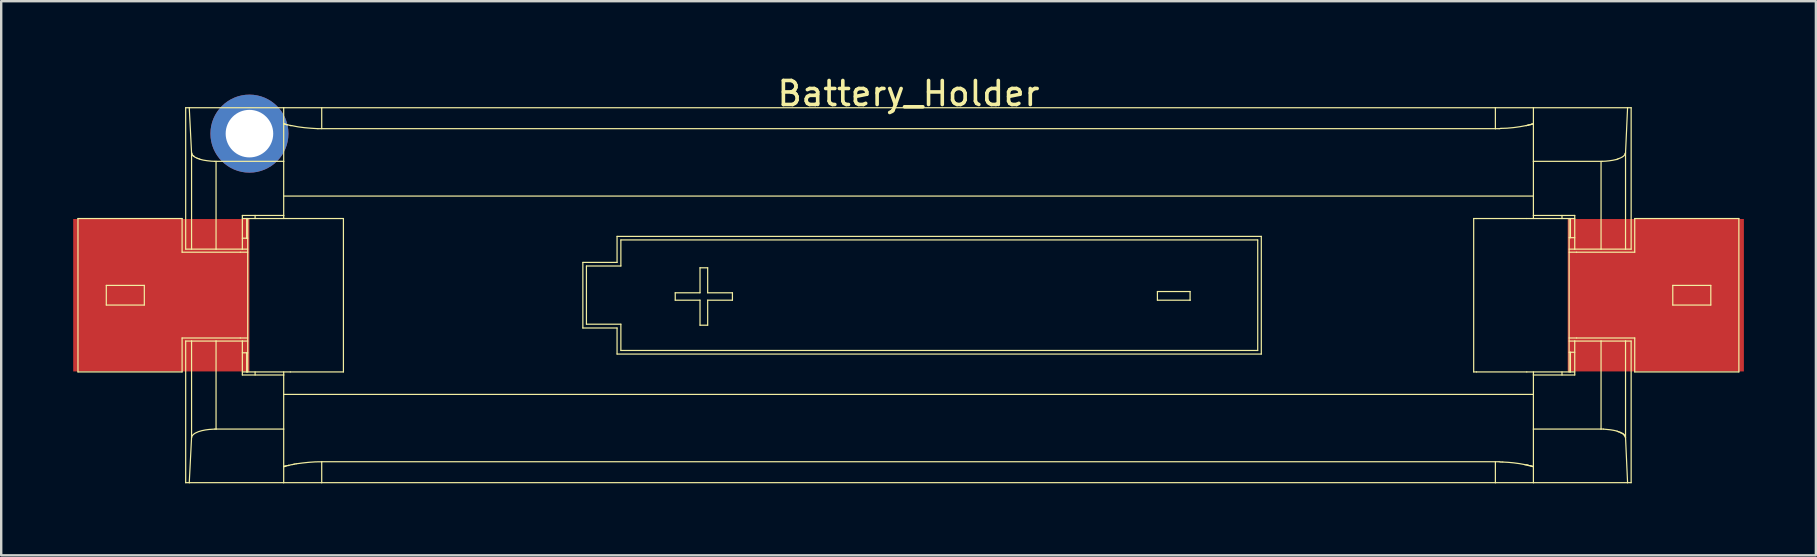
<source format=kicad_pcb>
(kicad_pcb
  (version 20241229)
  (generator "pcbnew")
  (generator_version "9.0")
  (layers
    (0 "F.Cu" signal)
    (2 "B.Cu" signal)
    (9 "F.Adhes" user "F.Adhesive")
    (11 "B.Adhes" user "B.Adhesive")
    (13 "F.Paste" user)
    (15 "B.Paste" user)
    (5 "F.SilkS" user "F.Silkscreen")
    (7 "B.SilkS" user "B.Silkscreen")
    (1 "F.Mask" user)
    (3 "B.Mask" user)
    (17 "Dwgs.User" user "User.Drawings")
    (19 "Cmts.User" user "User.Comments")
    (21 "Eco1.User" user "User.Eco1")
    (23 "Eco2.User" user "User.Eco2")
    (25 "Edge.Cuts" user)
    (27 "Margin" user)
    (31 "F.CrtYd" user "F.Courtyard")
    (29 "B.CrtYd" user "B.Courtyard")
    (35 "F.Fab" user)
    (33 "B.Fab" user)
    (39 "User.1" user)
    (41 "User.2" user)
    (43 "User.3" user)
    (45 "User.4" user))
  (footprint "Battery_Holder"
    (layer "F.Cu")
    (at 34.798 9.248)
    (property "Reference" "Battery_Holder" (at 0 -8.4 0) (layer "F.SilkS") (effects (font (size 1 1) (thickness 0.15))))
    (attr through_hole)
    (fp_line (start -34.6 3.195) (end -30.262 3.195) (stroke (width 0.05) (type solid)) (layer "F.SilkS"))
    (fp_line (start -34.6 -3.195) (end -34.6 3.195) (stroke (width 0.05) (type solid)) (layer "F.SilkS"))
    (fp_line (start -33.42 -0.409) (end -31.836 -0.409) (stroke (width 0.05) (type solid)) (layer "F.SilkS"))
    (fp_line (start -33.42 0.409) (end -33.42 -0.409) (stroke (width 0.05) (type solid)) (layer "F.SilkS"))
    (fp_line (start -31.836 -0.409) (end -31.836 0.409) (stroke (width 0.05) (type solid)) (layer "F.SilkS"))
    (fp_line (start -31.836 0.409) (end -33.42 0.409) (stroke (width 0.05) (type solid)) (layer "F.SilkS"))
    (fp_line (start -30.262 -3.195) (end -34.6 -3.195) (stroke (width 0.05) (type solid)) (layer "F.SilkS"))
    (fp_line (start -30.262 -3.195) (end -30.262 -1.792) (stroke (width 0.05) (type solid)) (layer "F.SilkS"))
    (fp_line (start -30.262 -1.792) (end -27.837 -1.792) (stroke (width 0.05) (type solid)) (layer "F.SilkS"))
    (fp_line (start -30.262 1.781) (end -27.837 1.781) (stroke (width 0.05) (type solid)) (layer "F.SilkS"))
    (fp_line (start -30.262 3.195) (end -30.262 1.781) (stroke (width 0.05) (type solid)) (layer "F.SilkS"))
    (fp_line (start -30.113 -7.81) (end -30.113 -1.919) (stroke (width 0.05) (type solid)) (layer "F.SilkS"))
    (fp_line (start -30.113 -1.919) (end -29.868 -1.919) (stroke (width 0.05) (type solid)) (layer "F.SilkS"))
    (fp_line (start -30.113 7.81) (end -29.964 7.81) (stroke (width 0.05) (type solid)) (layer "F.SilkS"))
    (fp_line (start -30.113 1.909) (end -30.113 7.81) (stroke (width 0.05) (type solid)) (layer "F.SilkS"))
    (fp_line (start -29.964 -7.81) (end -30.113 -7.81) (stroke (width 0.05) (type solid)) (layer "F.SilkS"))
    (fp_line (start -29.964 -7.81) (end -29.868 -5.928) (stroke (width 0.05) (type solid)) (layer "F.SilkS"))
    (fp_line (start -29.964 -7.81) (end -26.03 -7.81) (stroke (width 0.05) (type solid)) (layer "F.SilkS"))
    (fp_line (start -29.964 7.81) (end -26.03 7.81) (stroke (width 0.05) (type solid)) (layer "F.SilkS"))
    (fp_line (start -29.868 -5.928) (end -29.868 -5.907) (stroke (width 0.05) (type solid)) (layer "F.SilkS"))
    (fp_line (start -29.868 -5.907) (end -29.858 -5.896) (stroke (width 0.05) (type solid)) (layer "F.SilkS"))
    (fp_line (start -29.868 -1.919) (end -29.868 -5.928) (stroke (width 0.05) (type solid)) (layer "F.SilkS"))
    (fp_line (start -29.868 1.909) (end -28.848 1.909) (stroke (width 0.05) (type solid)) (layer "F.SilkS"))
    (fp_line (start -29.868 5.907) (end -29.868 5.928) (stroke (width 0.05) (type solid)) (layer "F.SilkS"))
    (fp_line (start -29.868 5.928) (end -29.964 7.81) (stroke (width 0.05) (type solid)) (layer "F.SilkS"))
    (fp_line (start -29.868 5.928) (end -29.868 1.909) (stroke (width 0.05) (type solid)) (layer "F.SilkS"))
    (fp_line (start -29.868 1.909) (end -30.113 1.909) (stroke (width 0.05) (type solid)) (layer "F.SilkS"))
    (fp_line (start -29.858 -5.896) (end -29.826 -5.832) (stroke (width 0.05) (type solid)) (layer "F.SilkS"))
    (fp_line (start -29.826 -5.832) (end -29.794 -5.8) (stroke (width 0.05) (type solid)) (layer "F.SilkS"))
    (fp_line (start -29.794 -5.8) (end -29.773 -5.79) (stroke (width 0.05) (type solid)) (layer "F.SilkS"))
    (fp_line (start -29.634 -5.705) (end -29.603 -5.694) (stroke (width 0.05) (type solid)) (layer "F.SilkS"))
    (fp_line (start -29.603 -5.694) (end -29.56 -5.683) (stroke (width 0.05) (type solid)) (layer "F.SilkS"))
    (fp_line (start -29.56 -5.683) (end -29.517 -5.662) (stroke (width 0.05) (type solid)) (layer "F.SilkS"))
    (fp_line (start -28.901 -5.577) (end -26.03 -5.577) (stroke (width 0.05) (type solid)) (layer "F.SilkS"))
    (fp_line (start -28.848 -5.577) (end -28.848 -1.919) (stroke (width 0.05) (type solid)) (layer "F.SilkS"))
    (fp_line (start -28.848 -1.919) (end -29.868 -1.919) (stroke (width 0.05) (type solid)) (layer "F.SilkS"))
    (fp_line (start -28.848 1.909) (end -27.752 1.909) (stroke (width 0.05) (type solid)) (layer "F.SilkS"))
    (fp_line (start -28.848 5.577) (end -26.03 5.577) (stroke (width 0.05) (type solid)) (layer "F.SilkS"))
    (fp_line (start -28.848 -1.919) (end -27.752 -1.919) (stroke (width 0.05) (type solid)) (layer "F.SilkS"))
    (fp_line (start -28.848 1.909) (end -28.848 5.577) (stroke (width 0.05) (type solid)) (layer "F.SilkS"))
    (fp_line (start -28.848 5.577) (end -28.901 5.577) (stroke (width 0.05) (type solid)) (layer "F.SilkS"))
    (fp_line (start -27.837 -1.792) (end -27.529 -1.792) (stroke (width 0.05) (type solid)) (layer "F.SilkS"))
    (fp_line (start -27.752 -3.323) (end -26.03 -3.323) (stroke (width 0.05) (type solid)) (layer "F.SilkS"))
    (fp_line (start -27.752 -1.919) (end -27.752 -3.323) (stroke (width 0.05) (type solid)) (layer "F.SilkS"))
    (fp_line (start -27.752 1.909) (end -27.752 3.323) (stroke (width 0.05) (type solid)) (layer "F.SilkS"))
    (fp_line (start -27.752 3.323) (end -26.03 3.323) (stroke (width 0.05) (type solid)) (layer "F.SilkS"))
    (fp_line (start -27.752 -1.919) (end -27.529 -1.919) (stroke (width 0.05) (type solid)) (layer "F.SilkS"))
    (fp_line (start -27.752 3.195) (end -27.572 3.195) (stroke (width 0.05) (type solid)) (layer "F.SilkS"))
    (fp_line (start -27.572 -3.195) (end -27.752 -3.195) (stroke (width 0.05) (type solid)) (layer "F.SilkS"))
    (fp_line (start -27.572 -3.195) (end -27.572 -2.376) (stroke (width 0.05) (type solid)) (layer "F.SilkS"))
    (fp_line (start -27.572 -2.376) (end -27.752 -2.376) (stroke (width 0.05) (type solid)) (layer "F.SilkS"))
    (fp_line (start -27.572 -2.376) (end -27.529 -2.376) (stroke (width 0.05) (type solid)) (layer "F.SilkS"))
    (fp_line (start -27.572 2.398) (end -27.752 2.398) (stroke (width 0.05) (type solid)) (layer "F.SilkS"))
    (fp_line (start -27.572 3.195) (end -27.572 2.398) (stroke (width 0.05) (type solid)) (layer "F.SilkS"))
    (fp_line (start -27.572 3.195) (end -27.529 3.195) (stroke (width 0.05) (type solid)) (layer "F.SilkS"))
    (fp_line (start -27.529 -3.195) (end -27.572 -3.195) (stroke (width 0.05) (type solid)) (layer "F.SilkS"))
    (fp_line (start -27.529 1.781) (end -27.837 1.781) (stroke (width 0.05) (type solid)) (layer "F.SilkS"))
    (fp_line (start -27.529 1.909) (end -27.752 1.909) (stroke (width 0.05) (type solid)) (layer "F.SilkS"))
    (fp_line (start -27.529 2.398) (end -27.572 2.398) (stroke (width 0.05) (type solid)) (layer "F.SilkS"))
    (fp_line (start -27.529 3.195) (end -27.529 -3.195) (stroke (width 0.05) (type solid)) (layer "F.SilkS"))
    (fp_line (start -27.221 -3.323) (end -27.221 -3.195) (stroke (width 0.05) (type solid)) (layer "F.SilkS"))
    (fp_line (start -27.221 3.323) (end -27.221 3.195) (stroke (width 0.05) (type solid)) (layer "F.SilkS"))
    (fp_line (start -26.03 5.577) (end -26.03 7.81) (stroke (width 0.05) (type solid)) (layer "F.SilkS"))
    (fp_line (start -26.03 -7.81) (end -26.03 -5.577) (stroke (width 0.05) (type solid)) (layer "F.SilkS"))
    (fp_line (start -26.03 -7.81) (end -24.446 -7.81) (stroke (width 0.05) (type solid)) (layer "F.SilkS"))
    (fp_line (start -26.03 -5.577) (end -26.03 -3.323) (stroke (width 0.05) (type solid)) (layer "F.SilkS"))
    (fp_line (start -26.03 -4.131) (end 26.03 -4.131) (stroke (width 0.05) (type solid)) (layer "F.SilkS"))
    (fp_line (start -26.03 -3.323) (end -26.03 -3.195) (stroke (width 0.05) (type solid)) (layer "F.SilkS"))
    (fp_line (start -26.03 3.195) (end -26.03 3.323) (stroke (width 0.05) (type solid)) (layer "F.SilkS"))
    (fp_line (start -26.03 3.323) (end -26.03 5.577) (stroke (width 0.05) (type solid)) (layer "F.SilkS"))
    (fp_line (start -26.03 4.131) (end 26.03 4.131) (stroke (width 0.05) (type solid)) (layer "F.SilkS"))
    (fp_line (start -26.03 7.14) (end -26.009 7.14) (stroke (width 0.05) (type solid)) (layer "F.SilkS"))
    (fp_line (start -26.009 -7.14) (end -26.03 -7.14) (stroke (width 0.05) (type solid)) (layer "F.SilkS"))
    (fp_line (start -26.009 7.14) (end -25.998 7.13) (stroke (width 0.05) (type solid)) (layer "F.SilkS"))
    (fp_line (start -25.998 -7.129) (end -26.009 -7.14) (stroke (width 0.05) (type solid)) (layer "F.SilkS"))
    (fp_line (start -25.998 7.13) (end -25.977 7.13) (stroke (width 0.05) (type solid)) (layer "F.SilkS"))
    (fp_line (start -25.977 -7.129) (end -25.998 -7.129) (stroke (width 0.05) (type solid)) (layer "F.SilkS"))
    (fp_line (start -25.977 7.119) (end -25.945 7.119) (stroke (width 0.05) (type solid)) (layer "F.SilkS"))
    (fp_line (start -25.977 7.13) (end -25.977 7.119) (stroke (width 0.05) (type solid)) (layer "F.SilkS"))
    (fp_line (start -25.966 -7.119) (end -25.977 -7.129) (stroke (width 0.05) (type solid)) (layer "F.SilkS"))
    (fp_line (start -25.945 -7.119) (end -25.966 -7.119) (stroke (width 0.05) (type solid)) (layer "F.SilkS"))
    (fp_line (start -25.945 7.119) (end -25.924 7.108) (stroke (width 0.05) (type solid)) (layer "F.SilkS"))
    (fp_line (start -25.924 -7.108) (end -25.945 -7.119) (stroke (width 0.05) (type solid)) (layer "F.SilkS"))
    (fp_line (start -25.902 -7.108) (end -25.924 -7.108) (stroke (width 0.05) (type solid)) (layer "F.SilkS"))
    (fp_line (start -25.881 -7.098) (end -25.902 -7.108) (stroke (width 0.05) (type solid)) (layer "F.SilkS"))
    (fp_line (start -25.849 7.098) (end -25.828 7.087) (stroke (width 0.05) (type solid)) (layer "F.SilkS"))
    (fp_line (start -25.828 7.087) (end -25.807 7.087) (stroke (width 0.05) (type solid)) (layer "F.SilkS"))
    (fp_line (start -25.753 3.195) (end -27.529 3.195) (stroke (width 0.05) (type solid)) (layer "F.SilkS"))
    (fp_line (start -25.743 -7.066) (end -25.764 -7.076) (stroke (width 0.05) (type solid)) (layer "F.SilkS"))
    (fp_line (start -25.7 -7.066) (end -25.743 -7.066) (stroke (width 0.05) (type solid)) (layer "F.SilkS"))
    (fp_line (start -25.668 7.055) (end -25.626 7.045) (stroke (width 0.05) (type solid)) (layer "F.SilkS"))
    (fp_line (start -25.626 7.045) (end -25.573 7.034) (stroke (width 0.05) (type solid)) (layer "F.SilkS"))
    (fp_line (start -25.573 7.034) (end -25.509 7.023) (stroke (width 0.05) (type solid)) (layer "F.SilkS"))
    (fp_line (start -24.446 -7.81) (end 24.446 -7.81) (stroke (width 0.05) (type solid)) (layer "F.SilkS"))
    (fp_line (start -24.446 6.938) (end -24.446 7.81) (stroke (width 0.05) (type solid)) (layer "F.SilkS"))
    (fp_line (start -24.446 7.81) (end -26.03 7.81) (stroke (width 0.05) (type solid)) (layer "F.SilkS"))
    (fp_line (start -24.446 7.81) (end 24.446 7.81) (stroke (width 0.05) (type solid)) (layer "F.SilkS"))
    (fp_line (start -24.446 -7.81) (end -24.446 -6.938) (stroke (width 0.05) (type solid)) (layer "F.SilkS"))
    (fp_line (start -24.446 6.938) (end 24.605 6.938) (stroke (width 0.05) (type solid)) (layer "F.SilkS"))
    (fp_line (start -23.659 -3.195) (end -27.529 -3.195) (stroke (width 0.05) (type solid)) (layer "F.SilkS"))
    (fp_line (start -23.659 -3.195) (end -23.542 -3.195) (stroke (width 0.05) (type solid)) (layer "F.SilkS"))
    (fp_line (start -23.542 3.195) (end -25.753 3.195) (stroke (width 0.05) (type solid)) (layer "F.SilkS"))
    (fp_line (start -23.542 3.195) (end -23.542 -3.195) (stroke (width 0.05) (type solid)) (layer "F.SilkS"))
    (fp_line (start -13.568 -1.366) (end -12.143 -1.366) (stroke (width 0.05) (type solid)) (layer "F.SilkS"))
    (fp_line (start -13.568 1.366) (end -13.568 -1.366) (stroke (width 0.05) (type solid)) (layer "F.SilkS"))
    (fp_line (start -13.419 -1.217) (end -13.419 1.207) (stroke (width 0.05) (type solid)) (layer "F.SilkS"))
    (fp_line (start -13.419 1.207) (end -11.984 1.207) (stroke (width 0.05) (type solid)) (layer "F.SilkS"))
    (fp_line (start -12.143 -2.451) (end 14.695 -2.451) (stroke (width 0.05) (type solid)) (layer "F.SilkS"))
    (fp_line (start -12.143 -1.366) (end -12.143 -2.451) (stroke (width 0.05) (type solid)) (layer "F.SilkS"))
    (fp_line (start -12.143 1.366) (end -13.568 1.366) (stroke (width 0.05) (type solid)) (layer "F.SilkS"))
    (fp_line (start -12.143 2.451) (end -12.143 1.366) (stroke (width 0.05) (type solid)) (layer "F.SilkS"))
    (fp_line (start -11.984 -2.302) (end 14.546 -2.302) (stroke (width 0.05) (type solid)) (layer "F.SilkS"))
    (fp_line (start -11.984 -1.217) (end -13.419 -1.217) (stroke (width 0.05) (type solid)) (layer "F.SilkS"))
    (fp_line (start -11.984 -1.217) (end -11.984 -2.302) (stroke (width 0.05) (type solid)) (layer "F.SilkS"))
    (fp_line (start -11.984 1.207) (end -11.984 2.302) (stroke (width 0.05) (type solid)) (layer "F.SilkS"))
    (fp_line (start -11.984 2.302) (end 14.546 2.302) (stroke (width 0.05) (type solid)) (layer "F.SilkS"))
    (fp_line (start -9.719 -0.101) (end -8.687 -0.101) (stroke (width 0.05) (type solid)) (layer "F.SilkS"))
    (fp_line (start -9.719 0.207) (end -9.719 -0.101) (stroke (width 0.05) (type solid)) (layer "F.SilkS"))
    (fp_line (start -8.687 -1.143) (end -8.368 -1.143) (stroke (width 0.05) (type solid)) (layer "F.SilkS"))
    (fp_line (start -8.687 -0.101) (end -8.687 -1.143) (stroke (width 0.05) (type solid)) (layer "F.SilkS"))
    (fp_line (start -8.687 0.207) (end -9.719 0.207) (stroke (width 0.05) (type solid)) (layer "F.SilkS"))
    (fp_line (start -8.687 1.249) (end -8.687 0.207) (stroke (width 0.05) (type solid)) (layer "F.SilkS"))
    (fp_line (start -8.368 -1.143) (end -8.368 -0.101) (stroke (width 0.05) (type solid)) (layer "F.SilkS"))
    (fp_line (start -8.368 -0.101) (end -7.337 -0.101) (stroke (width 0.05) (type solid)) (layer "F.SilkS"))
    (fp_line (start -8.368 0.207) (end -8.368 1.249) (stroke (width 0.05) (type solid)) (layer "F.SilkS"))
    (fp_line (start -8.368 1.249) (end -8.687 1.249) (stroke (width 0.05) (type solid)) (layer "F.SilkS"))
    (fp_line (start -7.337 -0.101) (end -7.337 0.207) (stroke (width 0.05) (type solid)) (layer "F.SilkS"))
    (fp_line (start -7.337 0.207) (end -8.368 0.207) (stroke (width 0.05) (type solid)) (layer "F.SilkS"))
    (fp_line (start 10.367 -0.154) (end 11.728 -0.154) (stroke (width 0.05) (type solid)) (layer "F.SilkS"))
    (fp_line (start 10.367 0.207) (end 10.367 -0.154) (stroke (width 0.05) (type solid)) (layer "F.SilkS"))
    (fp_line (start 11.728 -0.154) (end 11.728 0.207) (stroke (width 0.05) (type solid)) (layer "F.SilkS"))
    (fp_line (start 11.728 0.207) (end 10.367 0.207) (stroke (width 0.05) (type solid)) (layer "F.SilkS"))
    (fp_line (start 11.728 0.207) (end 11.728 0.207) (stroke (width 0.05) (type solid)) (layer "F.SilkS"))
    (fp_line (start 14.546 -2.302) (end 14.546 2.302) (stroke (width 0.05) (type solid)) (layer "F.SilkS"))
    (fp_line (start 14.695 -2.451) (end 14.695 2.451) (stroke (width 0.05) (type solid)) (layer "F.SilkS"))
    (fp_line (start 14.695 2.451) (end -12.143 2.451) (stroke (width 0.05) (type solid)) (layer "F.SilkS"))
    (fp_line (start 23.542 -3.195) (end 23.542 3.195) (stroke (width 0.05) (type solid)) (layer "F.SilkS"))
    (fp_line (start 23.659 -3.195) (end 23.542 -3.195) (stroke (width 0.05) (type solid)) (layer "F.SilkS"))
    (fp_line (start 23.659 3.195) (end 23.542 3.195) (stroke (width 0.05) (type solid)) (layer "F.SilkS"))
    (fp_line (start 24.446 -7.81) (end 26.03 -7.81) (stroke (width 0.05) (type solid)) (layer "F.SilkS"))
    (fp_line (start 24.446 -6.938) (end -24.605 -6.938) (stroke (width 0.05) (type solid)) (layer "F.SilkS"))
    (fp_line (start 24.446 -6.938) (end 24.446 -7.81) (stroke (width 0.05) (type solid)) (layer "F.SilkS"))
    (fp_line (start 24.446 7.81) (end 24.446 6.938) (stroke (width 0.05) (type solid)) (layer "F.SilkS"))
    (fp_line (start 24.605 6.938) (end 24.679 6.949) (stroke (width 0.05) (type solid)) (layer "F.SilkS"))
    (fp_line (start 24.605 -6.938) (end 24.446 -6.938) (stroke (width 0.05) (type solid)) (layer "F.SilkS"))
    (fp_line (start 24.679 6.949) (end 24.754 6.949) (stroke (width 0.05) (type solid)) (layer "F.SilkS"))
    (fp_line (start 24.679 -6.949) (end 24.605 -6.938) (stroke (width 0.05) (type solid)) (layer "F.SilkS"))
    (fp_line (start 25.668 7.055) (end 25.69 7.066) (stroke (width 0.05) (type solid)) (layer "F.SilkS"))
    (fp_line (start 25.69 7.066) (end 25.743 7.066) (stroke (width 0.05) (type solid)) (layer "F.SilkS"))
    (fp_line (start 25.743 7.066) (end 25.764 7.076) (stroke (width 0.05) (type solid)) (layer "F.SilkS"))
    (fp_line (start 25.743 -7.066) (end 25.721 -7.066) (stroke (width 0.05) (type solid)) (layer "F.SilkS"))
    (fp_line (start 25.753 -3.195) (end 23.659 -3.195) (stroke (width 0.05) (type solid)) (layer "F.SilkS"))
    (fp_line (start 25.753 -3.195) (end 27.518 -3.195) (stroke (width 0.05) (type solid)) (layer "F.SilkS"))
    (fp_line (start 25.753 3.195) (end 23.659 3.195) (stroke (width 0.05) (type solid)) (layer "F.SilkS"))
    (fp_line (start 25.753 3.195) (end 27.518 3.195) (stroke (width 0.05) (type solid)) (layer "F.SilkS"))
    (fp_line (start 25.764 7.076) (end 25.785 7.076) (stroke (width 0.05) (type solid)) (layer "F.SilkS"))
    (fp_line (start 25.764 -7.076) (end 25.743 -7.066) (stroke (width 0.05) (type solid)) (layer "F.SilkS"))
    (fp_line (start 25.785 7.076) (end 25.807 7.087) (stroke (width 0.05) (type solid)) (layer "F.SilkS"))
    (fp_line (start 25.785 -7.076) (end 25.764 -7.076) (stroke (width 0.05) (type solid)) (layer "F.SilkS"))
    (fp_line (start 25.807 7.087) (end 25.828 7.087) (stroke (width 0.05) (type solid)) (layer "F.SilkS"))
    (fp_line (start 25.807 -7.087) (end 25.785 -7.076) (stroke (width 0.05) (type solid)) (layer "F.SilkS"))
    (fp_line (start 25.828 7.087) (end 25.838 7.098) (stroke (width 0.05) (type solid)) (layer "F.SilkS"))
    (fp_line (start 25.828 -7.087) (end 25.807 -7.087) (stroke (width 0.05) (type solid)) (layer "F.SilkS"))
    (fp_line (start 25.838 7.098) (end 25.881 7.098) (stroke (width 0.05) (type solid)) (layer "F.SilkS"))
    (fp_line (start 25.849 -7.098) (end 25.828 -7.087) (stroke (width 0.05) (type solid)) (layer "F.SilkS"))
    (fp_line (start 25.881 7.098) (end 25.892 7.108) (stroke (width 0.05) (type solid)) (layer "F.SilkS"))
    (fp_line (start 25.881 -7.098) (end 25.849 -7.098) (stroke (width 0.05) (type solid)) (layer "F.SilkS"))
    (fp_line (start 25.892 7.108) (end 25.924 7.108) (stroke (width 0.05) (type solid)) (layer "F.SilkS"))
    (fp_line (start 25.892 -7.108) (end 25.881 -7.098) (stroke (width 0.05) (type solid)) (layer "F.SilkS"))
    (fp_line (start 25.924 7.108) (end 25.934 7.119) (stroke (width 0.05) (type solid)) (layer "F.SilkS"))
    (fp_line (start 25.924 -7.108) (end 25.892 -7.108) (stroke (width 0.05) (type solid)) (layer "F.SilkS"))
    (fp_line (start 25.934 7.119) (end 25.966 7.119) (stroke (width 0.05) (type solid)) (layer "F.SilkS"))
    (fp_line (start 25.934 -7.119) (end 25.924 -7.108) (stroke (width 0.05) (type solid)) (layer "F.SilkS"))
    (fp_line (start 25.955 -7.119) (end 25.934 -7.119) (stroke (width 0.05) (type solid)) (layer "F.SilkS"))
    (fp_line (start 25.966 7.119) (end 25.977 7.13) (stroke (width 0.05) (type solid)) (layer "F.SilkS"))
    (fp_line (start 25.966 -7.129) (end 25.955 -7.119) (stroke (width 0.05) (type solid)) (layer "F.SilkS"))
    (fp_line (start 25.977 7.13) (end 26.009 7.13) (stroke (width 0.05) (type solid)) (layer "F.SilkS"))
    (fp_line (start 25.987 -7.129) (end 25.966 -7.129) (stroke (width 0.05) (type solid)) (layer "F.SilkS"))
    (fp_line (start 26.009 7.13) (end 26.009 7.14) (stroke (width 0.05) (type solid)) (layer "F.SilkS"))
    (fp_line (start 26.009 7.14) (end 26.03 7.14) (stroke (width 0.05) (type solid)) (layer "F.SilkS"))
    (fp_line (start 26.009 -7.14) (end 25.987 -7.129) (stroke (width 0.05) (type solid)) (layer "F.SilkS"))
    (fp_line (start 26.03 -7.81) (end 26.03 -5.577) (stroke (width 0.05) (type solid)) (layer "F.SilkS"))
    (fp_line (start 26.03 7.81) (end 24.446 7.81) (stroke (width 0.05) (type solid)) (layer "F.SilkS"))
    (fp_line (start 26.03 -3.323) (end 26.03 -3.195) (stroke (width 0.05) (type solid)) (layer "F.SilkS"))
    (fp_line (start 26.03 3.195) (end 26.03 3.323) (stroke (width 0.05) (type solid)) (layer "F.SilkS"))
    (fp_line (start 26.03 3.323) (end 26.03 5.577) (stroke (width 0.05) (type solid)) (layer "F.SilkS"))
    (fp_line (start 26.03 5.577) (end 26.03 7.81) (stroke (width 0.05) (type solid)) (layer "F.SilkS"))
    (fp_line (start 26.03 -7.14) (end 26.009 -7.14) (stroke (width 0.05) (type solid)) (layer "F.SilkS"))
    (fp_line (start 26.03 -5.577) (end 26.03 -3.323) (stroke (width 0.05) (type solid)) (layer "F.SilkS"))
    (fp_line (start 26.03 -5.577) (end 28.901 -5.577) (stroke (width 0.05) (type solid)) (layer "F.SilkS"))
    (fp_line (start 26.03 -3.323) (end 27.752 -3.323) (stroke (width 0.05) (type solid)) (layer "F.SilkS"))
    (fp_line (start 27.221 -3.195) (end 27.221 -3.323) (stroke (width 0.05) (type solid)) (layer "F.SilkS"))
    (fp_line (start 27.221 3.323) (end 27.221 3.195) (stroke (width 0.05) (type solid)) (layer "F.SilkS"))
    (fp_line (start 27.518 -2.398) (end 27.572 -2.398) (stroke (width 0.05) (type solid)) (layer "F.SilkS"))
    (fp_line (start 27.518 -1.792) (end 27.827 -1.792) (stroke (width 0.05) (type solid)) (layer "F.SilkS"))
    (fp_line (start 27.518 3.195) (end 27.518 -3.195) (stroke (width 0.05) (type solid)) (layer "F.SilkS"))
    (fp_line (start 27.518 3.195) (end 27.572 3.195) (stroke (width 0.05) (type solid)) (layer "F.SilkS"))
    (fp_line (start 27.518 1.909) (end 27.752 1.909) (stroke (width 0.05) (type solid)) (layer "F.SilkS"))
    (fp_line (start 27.572 -3.195) (end 27.518 -3.195) (stroke (width 0.05) (type solid)) (layer "F.SilkS"))
    (fp_line (start 27.572 -3.195) (end 27.572 -2.398) (stroke (width 0.05) (type solid)) (layer "F.SilkS"))
    (fp_line (start 27.572 -2.398) (end 27.752 -2.398) (stroke (width 0.05) (type solid)) (layer "F.SilkS"))
    (fp_line (start 27.572 2.377) (end 27.518 2.377) (stroke (width 0.05) (type solid)) (layer "F.SilkS"))
    (fp_line (start 27.572 2.377) (end 27.572 3.195) (stroke (width 0.05) (type solid)) (layer "F.SilkS"))
    (fp_line (start 27.572 3.195) (end 27.752 3.195) (stroke (width 0.05) (type solid)) (layer "F.SilkS"))
    (fp_line (start 27.752 -3.195) (end 27.572 -3.195) (stroke (width 0.05) (type solid)) (layer "F.SilkS"))
    (fp_line (start 27.752 1.909) (end 27.752 3.323) (stroke (width 0.05) (type solid)) (layer "F.SilkS"))
    (fp_line (start 27.752 2.377) (end 27.572 2.377) (stroke (width 0.05) (type solid)) (layer "F.SilkS"))
    (fp_line (start 27.752 3.323) (end 26.03 3.323) (stroke (width 0.05) (type solid)) (layer "F.SilkS"))
    (fp_line (start 27.752 -1.919) (end 27.518 -1.919) (stroke (width 0.05) (type solid)) (layer "F.SilkS"))
    (fp_line (start 27.752 -3.323) (end 27.752 -1.919) (stroke (width 0.05) (type solid)) (layer "F.SilkS"))
    (fp_line (start 27.752 -1.919) (end 28.848 -1.919) (stroke (width 0.05) (type solid)) (layer "F.SilkS"))
    (fp_line (start 27.827 1.781) (end 27.518 1.781) (stroke (width 0.05) (type solid)) (layer "F.SilkS"))
    (fp_line (start 27.827 1.781) (end 30.251 1.781) (stroke (width 0.05) (type solid)) (layer "F.SilkS"))
    (fp_line (start 28.848 -1.919) (end 28.848 -5.577) (stroke (width 0.05) (type solid)) (layer "F.SilkS"))
    (fp_line (start 28.848 1.909) (end 27.752 1.909) (stroke (width 0.05) (type solid)) (layer "F.SilkS"))
    (fp_line (start 28.848 1.909) (end 29.868 1.909) (stroke (width 0.05) (type solid)) (layer "F.SilkS"))
    (fp_line (start 28.848 5.577) (end 26.03 5.577) (stroke (width 0.05) (type solid)) (layer "F.SilkS"))
    (fp_line (start 28.848 5.577) (end 28.848 1.909) (stroke (width 0.05) (type solid)) (layer "F.SilkS"))
    (fp_line (start 28.943 5.577) (end 28.848 5.577) (stroke (width 0.05) (type solid)) (layer "F.SilkS"))
    (fp_line (start 29.475 -5.651) (end 29.517 -5.662) (stroke (width 0.05) (type solid)) (layer "F.SilkS"))
    (fp_line (start 29.517 -5.662) (end 29.56 -5.683) (stroke (width 0.05) (type solid)) (layer "F.SilkS"))
    (fp_line (start 29.56 5.683) (end 29.517 5.662) (stroke (width 0.05) (type solid)) (layer "F.SilkS"))
    (fp_line (start 29.592 5.694) (end 29.56 5.683) (stroke (width 0.05) (type solid)) (layer "F.SilkS"))
    (fp_line (start 29.634 5.705) (end 29.592 5.694) (stroke (width 0.05) (type solid)) (layer "F.SilkS"))
    (fp_line (start 29.666 5.726) (end 29.634 5.705) (stroke (width 0.05) (type solid)) (layer "F.SilkS"))
    (fp_line (start 29.688 5.737) (end 29.666 5.726) (stroke (width 0.05) (type solid)) (layer "F.SilkS"))
    (fp_line (start 29.72 5.747) (end 29.688 5.737) (stroke (width 0.05) (type solid)) (layer "F.SilkS"))
    (fp_line (start 29.751 5.769) (end 29.72 5.747) (stroke (width 0.05) (type solid)) (layer "F.SilkS"))
    (fp_line (start 29.773 5.779) (end 29.751 5.769) (stroke (width 0.05) (type solid)) (layer "F.SilkS"))
    (fp_line (start 29.794 5.8) (end 29.773 5.779) (stroke (width 0.05) (type solid)) (layer "F.SilkS"))
    (fp_line (start 29.805 5.822) (end 29.794 5.8) (stroke (width 0.05) (type solid)) (layer "F.SilkS"))
    (fp_line (start 29.826 5.832) (end 29.805 5.822) (stroke (width 0.05) (type solid)) (layer "F.SilkS"))
    (fp_line (start 29.847 5.875) (end 29.826 5.832) (stroke (width 0.05) (type solid)) (layer "F.SilkS"))
    (fp_line (start 29.858 5.885) (end 29.847 5.875) (stroke (width 0.05) (type solid)) (layer "F.SilkS"))
    (fp_line (start 29.858 5.907) (end 29.858 5.885) (stroke (width 0.05) (type solid)) (layer "F.SilkS"))
    (fp_line (start 29.858 -5.907) (end 29.868 -5.928) (stroke (width 0.05) (type solid)) (layer "F.SilkS"))
    (fp_line (start 29.858 -5.896) (end 29.858 -5.907) (stroke (width 0.05) (type solid)) (layer "F.SilkS"))
    (fp_line (start 29.868 -5.928) (end 29.868 -1.919) (stroke (width 0.05) (type solid)) (layer "F.SilkS"))
    (fp_line (start 29.868 -1.919) (end 28.848 -1.919) (stroke (width 0.05) (type solid)) (layer "F.SilkS"))
    (fp_line (start 29.868 1.909) (end 29.868 5.928) (stroke (width 0.05) (type solid)) (layer "F.SilkS"))
    (fp_line (start 29.868 1.909) (end 30.102 1.909) (stroke (width 0.05) (type solid)) (layer "F.SilkS"))
    (fp_line (start 29.868 5.928) (end 29.858 5.907) (stroke (width 0.05) (type solid)) (layer "F.SilkS"))
    (fp_line (start 29.868 5.928) (end 29.953 7.81) (stroke (width 0.05) (type solid)) (layer "F.SilkS"))
    (fp_line (start 29.868 -5.928) (end 29.953 -7.81) (stroke (width 0.05) (type solid)) (layer "F.SilkS"))
    (fp_line (start 29.953 -7.81) (end 26.03 -7.81) (stroke (width 0.05) (type solid)) (layer "F.SilkS"))
    (fp_line (start 29.953 7.81) (end 26.03 7.81) (stroke (width 0.05) (type solid)) (layer "F.SilkS"))
    (fp_line (start 29.953 7.81) (end 30.102 7.81) (stroke (width 0.05) (type solid)) (layer "F.SilkS"))
    (fp_line (start 30.102 -7.81) (end 29.953 -7.81) (stroke (width 0.05) (type solid)) (layer "F.SilkS"))
    (fp_line (start 30.102 -1.919) (end 29.868 -1.919) (stroke (width 0.05) (type solid)) (layer "F.SilkS"))
    (fp_line (start 30.102 -1.919) (end 30.102 -7.81) (stroke (width 0.05) (type solid)) (layer "F.SilkS"))
    (fp_line (start 30.102 7.81) (end 30.102 1.909) (stroke (width 0.05) (type solid)) (layer "F.SilkS"))
    (fp_line (start 30.251 -1.792) (end 27.827 -1.792) (stroke (width 0.05) (type solid)) (layer "F.SilkS"))
    (fp_line (start 30.251 -1.792) (end 30.251 -3.195) (stroke (width 0.05) (type solid)) (layer "F.SilkS"))
    (fp_line (start 30.251 1.781) (end 30.251 3.195) (stroke (width 0.05) (type solid)) (layer "F.SilkS"))
    (fp_line (start 31.836 -0.409) (end 33.42 -0.409) (stroke (width 0.05) (type solid)) (layer "F.SilkS"))
    (fp_line (start 31.836 0.409) (end 31.836 -0.409) (stroke (width 0.05) (type solid)) (layer "F.SilkS"))
    (fp_line (start 33.42 -0.409) (end 33.42 0.409) (stroke (width 0.05) (type solid)) (layer "F.SilkS"))
    (fp_line (start 33.42 0.409) (end 31.836 0.409) (stroke (width 0.05) (type solid)) (layer "F.SilkS"))
    (fp_line (start 34.589 -3.195) (end 30.251 -3.195) (stroke (width 0.05) (type solid)) (layer "F.SilkS"))
    (fp_line (start 34.589 3.195) (end 30.251 3.195) (stroke (width 0.05) (type solid)) (layer "F.SilkS"))
    (fp_line (start 34.589 3.195) (end 34.589 -3.195) (stroke (width 0.05) (type solid)) (layer "F.SilkS"))
    (fp_curve (pts (xy -29.773 -5.79) (xy -29.717 -5.725) (xy -29.684 -5.746) (xy -29.634 -5.705)) (stroke (width 0.05) (type solid)) (layer "F.SilkS"))
    (fp_curve (pts (xy -29.517 -5.662) (xy -29.357 -5.612) (xy -29.07 -5.579) (xy -28.901 -5.577)) (stroke (width 0.05) (type solid)) (layer "F.SilkS"))
    (fp_curve (pts (xy -28.901 5.577) (xy -29.142 5.582) (xy -29.765 5.635) (xy -29.868 5.907)) (stroke (width 0.05) (type solid)) (layer "F.SilkS"))
    (fp_curve (pts (xy -25.924 7.108) (xy -25.874 7.112) (xy -25.91 7.093) (xy -25.849 7.098)) (stroke (width 0.05) (type solid)) (layer "F.SilkS"))
    (fp_curve (pts (xy -25.807 7.087) (xy -25.781 7.071) (xy -25.695 7.062) (xy -25.668 7.055)) (stroke (width 0.05) (type solid)) (layer "F.SilkS"))
    (fp_curve (pts (xy -25.764 -7.076) (xy -25.805 -7.075) (xy -25.839 -7.103) (xy -25.881 -7.098)) (stroke (width 0.05) (type solid)) (layer "F.SilkS"))
    (fp_curve (pts (xy -25.509 7.023) (xy -25.157 6.975) (xy -24.803 6.933) (xy -24.446 6.938)) (stroke (width 0.05) (type solid)) (layer "F.SilkS"))
    (fp_curve (pts (xy -24.605 -6.938) (xy -24.971 -6.958) (xy -25.342 -6.982) (xy -25.7 -7.066)) (stroke (width 0.05) (type solid)) (layer "F.SilkS"))
    (fp_curve (pts (xy 24.754 6.949) (xy 25.061 6.96) (xy 25.367 6.995) (xy 25.668 7.055)) (stroke (width 0.05) (type solid)) (layer "F.SilkS"))
    (fp_curve (pts (xy 25.721 -7.066) (xy 25.394 -6.998) (xy 25.012 -6.95) (xy 24.679 -6.949)) (stroke (width 0.05) (type solid)) (layer "F.SilkS"))
    (fp_curve (pts (xy 28.901 -5.577) (xy 29.071 -5.58) (xy 29.309 -5.608) (xy 29.475 -5.651)) (stroke (width 0.05) (type solid)) (layer "F.SilkS"))
    (fp_curve (pts (xy 29.517 5.662) (xy 29.336 5.611) (xy 29.13 5.589) (xy 28.943 5.577)) (stroke (width 0.05) (type solid)) (layer "F.SilkS"))
    (fp_curve (pts (xy 29.56 -5.683) (xy 29.678 -5.721) (xy 29.81 -5.776) (xy 29.858 -5.896)) (stroke (width 0.05) (type solid)) (layer "F.SilkS"))
    (pad "1" smd rect (at -31.128 0) (size 7.341 6.35) (layers "F.Cu" "F.Mask" "F.Paste"))
    (pad "2" smd rect (at 31.128 0) (size 7.341 6.35) (layers "F.Cu" "F.Mask" "F.Paste"))
    (pad "3" thru_hole circle (at -27.457 -6.731) (size 3.251 3.251) (drill 1.981) (layers "*.Cu" "*.Mask")))
  (gr_rect
    (start -3 -3)
    (end 72.596 20.083)
    (stroke (width 0.1) (type default))
    (fill no)
    (layer "Edge.Cuts")))
</source>
